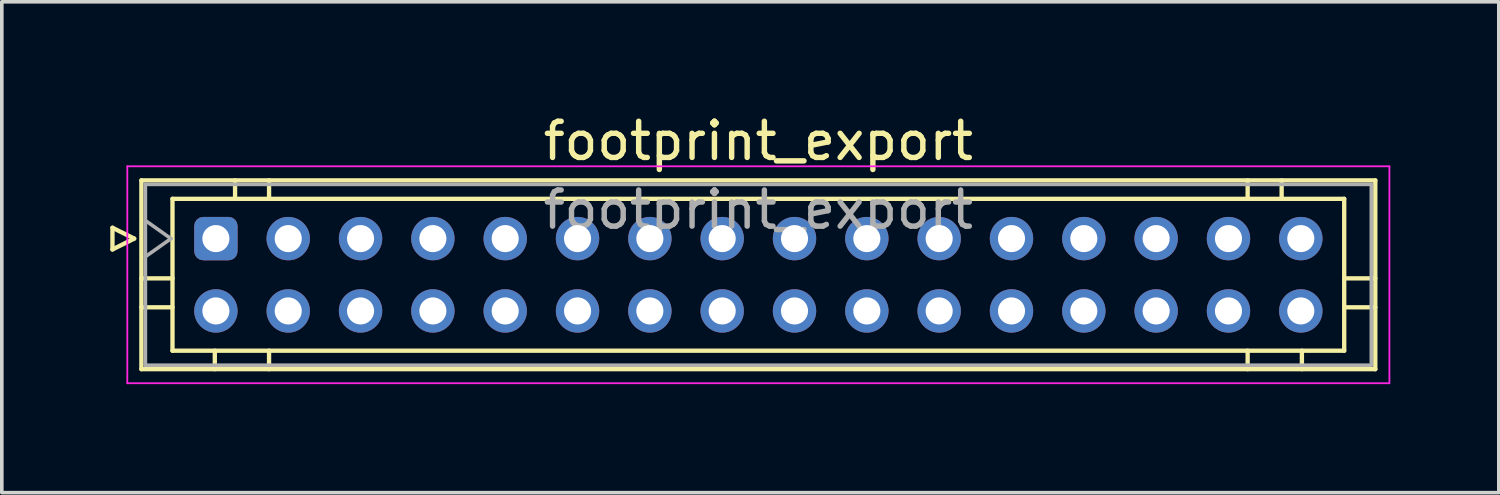
<source format=kicad_pcb>
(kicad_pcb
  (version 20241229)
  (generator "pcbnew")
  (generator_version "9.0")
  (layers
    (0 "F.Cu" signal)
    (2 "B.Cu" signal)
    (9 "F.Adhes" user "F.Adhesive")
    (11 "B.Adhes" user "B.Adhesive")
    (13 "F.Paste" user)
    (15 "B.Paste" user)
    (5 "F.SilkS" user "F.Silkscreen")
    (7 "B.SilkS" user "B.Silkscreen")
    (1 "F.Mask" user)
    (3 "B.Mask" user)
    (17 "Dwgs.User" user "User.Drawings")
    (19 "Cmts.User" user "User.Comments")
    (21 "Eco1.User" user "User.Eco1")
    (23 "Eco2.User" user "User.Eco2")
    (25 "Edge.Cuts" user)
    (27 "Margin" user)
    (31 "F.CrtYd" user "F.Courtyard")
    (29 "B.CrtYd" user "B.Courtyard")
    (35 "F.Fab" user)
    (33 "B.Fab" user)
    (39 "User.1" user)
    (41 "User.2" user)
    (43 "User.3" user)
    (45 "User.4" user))
  (footprint "footprint_export"
    (layer "F.Cu")
    (at 2.92 3.548)
    (property "Reference" "footprint_export" (at 15 -2.7 0) (layer "F.SilkS") (effects (font (size 1 1) (thickness 0.15))))
    (attr through_hole)
    (fp_line (start -2.86 -0.3) (end -2.26 0) (stroke (width 0.12) (type solid)) (layer "F.SilkS"))
    (fp_line (start -2.86 0.3) (end -2.86 -0.3) (stroke (width 0.12) (type solid)) (layer "F.SilkS"))
    (fp_line (start -2.26 0) (end -2.86 0.3) (stroke (width 0.12) (type solid)) (layer "F.SilkS"))
    (fp_line (start -2.06 -1.61) (end -2.06 3.61) (stroke (width 0.12) (type solid)) (layer "F.SilkS"))
    (fp_line (start -2.06 1.1) (end -1.2 1.1) (stroke (width 0.12) (type solid)) (layer "F.SilkS"))
    (fp_line (start -2.06 1.9) (end -1.2 1.9) (stroke (width 0.12) (type solid)) (layer "F.SilkS"))
    (fp_line (start -2.06 3.61) (end 32.06 3.61) (stroke (width 0.12) (type solid)) (layer "F.SilkS"))
    (fp_line (start -1.2 -1.1) (end -1.2 3.1) (stroke (width 0.12) (type solid)) (layer "F.SilkS"))
    (fp_line (start -1.2 3.1) (end 31.2 3.1) (stroke (width 0.12) (type solid)) (layer "F.SilkS"))
    (fp_line (start -0.03 3.61) (end -0.03 3.1) (stroke (width 0.12) (type solid)) (layer "F.SilkS"))
    (fp_line (start 0.53 -1.61) (end 0.53 -1.1) (stroke (width 0.12) (type solid)) (layer "F.SilkS"))
    (fp_line (start 1.47 -1.61) (end 1.47 -1.1) (stroke (width 0.12) (type solid)) (layer "F.SilkS"))
    (fp_line (start 1.47 3.61) (end 1.47 3.1) (stroke (width 0.12) (type solid)) (layer "F.SilkS"))
    (fp_line (start 28.53 -1.61) (end 28.53 -1.1) (stroke (width 0.12) (type solid)) (layer "F.SilkS"))
    (fp_line (start 28.53 3.61) (end 28.53 3.1) (stroke (width 0.12) (type solid)) (layer "F.SilkS"))
    (fp_line (start 29.47 -1.61) (end 29.47 -1.1) (stroke (width 0.12) (type solid)) (layer "F.SilkS"))
    (fp_line (start 30.03 3.61) (end 30.03 3.1) (stroke (width 0.12) (type solid)) (layer "F.SilkS"))
    (fp_line (start 31.2 -1.1) (end -1.2 -1.1) (stroke (width 0.12) (type solid)) (layer "F.SilkS"))
    (fp_line (start 31.2 3.1) (end 31.2 -1.1) (stroke (width 0.12) (type solid)) (layer "F.SilkS"))
    (fp_line (start 32.06 -1.61) (end -2.06 -1.61) (stroke (width 0.12) (type solid)) (layer "F.SilkS"))
    (fp_line (start 32.06 1.1) (end 31.2 1.1) (stroke (width 0.12) (type solid)) (layer "F.SilkS"))
    (fp_line (start 32.06 1.9) (end 31.2 1.9) (stroke (width 0.12) (type solid)) (layer "F.SilkS"))
    (fp_line (start 32.06 3.61) (end 32.06 -1.61) (stroke (width 0.12) (type solid)) (layer "F.SilkS"))
    (fp_line (start -2.45 -2) (end -2.45 4) (stroke (width 0.05) (type solid)) (layer "F.CrtYd"))
    (fp_line (start -2.45 4) (end 32.45 4) (stroke (width 0.05) (type solid)) (layer "F.CrtYd"))
    (fp_line (start 32.45 -2) (end -2.45 -2) (stroke (width 0.05) (type solid)) (layer "F.CrtYd"))
    (fp_line (start 32.45 4) (end 32.45 -2) (stroke (width 0.05) (type solid)) (layer "F.CrtYd"))
    (fp_line (start -1.95 -1.5) (end -1.95 3.5) (stroke (width 0.1) (type solid)) (layer "F.Fab"))
    (fp_line (start -1.95 0.5) (end -1.243 0) (stroke (width 0.1) (type solid)) (layer "F.Fab"))
    (fp_line (start -1.95 3.5) (end 31.95 3.5) (stroke (width 0.1) (type solid)) (layer "F.Fab"))
    (fp_line (start -1.243 0) (end -1.95 -0.5) (stroke (width 0.1) (type solid)) (layer "F.Fab"))
    (fp_line (start 31.95 -1.5) (end -1.95 -1.5) (stroke (width 0.1) (type solid)) (layer "F.Fab"))
    (fp_line (start 31.95 3.5) (end 31.95 -1.5) (stroke (width 0.1) (type solid)) (layer "F.Fab"))
    (fp_text user "${REFERENCE}" (at 15 -0.8 0) (layer "F.Fab") (effects (font (size 1 1) (thickness 0.15))))
    (pad "1" thru_hole roundrect (at 0 0) (size 1.2 1.2) (drill 0.75) (layers "*.Cu" "*.Mask") (roundrect_rratio 0.208))
    (pad "2" thru_hole circle (at 0 2) (size 1.2 1.2) (drill 0.75) (layers "*.Cu" "*.Mask"))
    (pad "3" thru_hole circle (at 2 0) (size 1.2 1.2) (drill 0.75) (layers "*.Cu" "*.Mask"))
    (pad "4" thru_hole circle (at 2 2) (size 1.2 1.2) (drill 0.75) (layers "*.Cu" "*.Mask"))
    (pad "5" thru_hole circle (at 4 0) (size 1.2 1.2) (drill 0.75) (layers "*.Cu" "*.Mask"))
    (pad "6" thru_hole circle (at 4 2) (size 1.2 1.2) (drill 0.75) (layers "*.Cu" "*.Mask"))
    (pad "7" thru_hole circle (at 6 0) (size 1.2 1.2) (drill 0.75) (layers "*.Cu" "*.Mask"))
    (pad "8" thru_hole circle (at 6 2) (size 1.2 1.2) (drill 0.75) (layers "*.Cu" "*.Mask"))
    (pad "9" thru_hole circle (at 8 0) (size 1.2 1.2) (drill 0.75) (layers "*.Cu" "*.Mask"))
    (pad "10" thru_hole circle (at 8 2) (size 1.2 1.2) (drill 0.75) (layers "*.Cu" "*.Mask"))
    (pad "11" thru_hole circle (at 10 0) (size 1.2 1.2) (drill 0.75) (layers "*.Cu" "*.Mask"))
    (pad "12" thru_hole circle (at 10 2) (size 1.2 1.2) (drill 0.75) (layers "*.Cu" "*.Mask"))
    (pad "13" thru_hole circle (at 12 0) (size 1.2 1.2) (drill 0.75) (layers "*.Cu" "*.Mask"))
    (pad "14" thru_hole circle (at 12 2) (size 1.2 1.2) (drill 0.75) (layers "*.Cu" "*.Mask"))
    (pad "15" thru_hole circle (at 14 0) (size 1.2 1.2) (drill 0.75) (layers "*.Cu" "*.Mask"))
    (pad "16" thru_hole circle (at 14 2) (size 1.2 1.2) (drill 0.75) (layers "*.Cu" "*.Mask"))
    (pad "17" thru_hole circle (at 16 0) (size 1.2 1.2) (drill 0.75) (layers "*.Cu" "*.Mask"))
    (pad "18" thru_hole circle (at 16 2) (size 1.2 1.2) (drill 0.75) (layers "*.Cu" "*.Mask"))
    (pad "19" thru_hole circle (at 18 0) (size 1.2 1.2) (drill 0.75) (layers "*.Cu" "*.Mask"))
    (pad "20" thru_hole circle (at 18 2) (size 1.2 1.2) (drill 0.75) (layers "*.Cu" "*.Mask"))
    (pad "21" thru_hole circle (at 20 0) (size 1.2 1.2) (drill 0.75) (layers "*.Cu" "*.Mask"))
    (pad "22" thru_hole circle (at 20 2) (size 1.2 1.2) (drill 0.75) (layers "*.Cu" "*.Mask"))
    (pad "23" thru_hole circle (at 22 0) (size 1.2 1.2) (drill 0.75) (layers "*.Cu" "*.Mask"))
    (pad "24" thru_hole circle (at 22 2) (size 1.2 1.2) (drill 0.75) (layers "*.Cu" "*.Mask"))
    (pad "25" thru_hole circle (at 24 0) (size 1.2 1.2) (drill 0.75) (layers "*.Cu" "*.Mask"))
    (pad "26" thru_hole circle (at 24 2) (size 1.2 1.2) (drill 0.75) (layers "*.Cu" "*.Mask"))
    (pad "27" thru_hole circle (at 26 0) (size 1.2 1.2) (drill 0.75) (layers "*.Cu" "*.Mask"))
    (pad "28" thru_hole circle (at 26 2) (size 1.2 1.2) (drill 0.75) (layers "*.Cu" "*.Mask"))
    (pad "29" thru_hole circle (at 28 0) (size 1.2 1.2) (drill 0.75) (layers "*.Cu" "*.Mask"))
    (pad "30" thru_hole circle (at 28 2) (size 1.2 1.2) (drill 0.75) (layers "*.Cu" "*.Mask"))
    (pad "31" thru_hole circle (at 30 0) (size 1.2 1.2) (drill 0.75) (layers "*.Cu" "*.Mask"))
    (pad "32" thru_hole circle (at 30 2) (size 1.2 1.2) (drill 0.75) (layers "*.Cu" "*.Mask")))
  (gr_rect
    (start -3 -3)
    (end 38.395 10.573)
    (stroke (width 0.1) (type default))
    (fill no)
    (layer "Edge.Cuts")))
</source>
